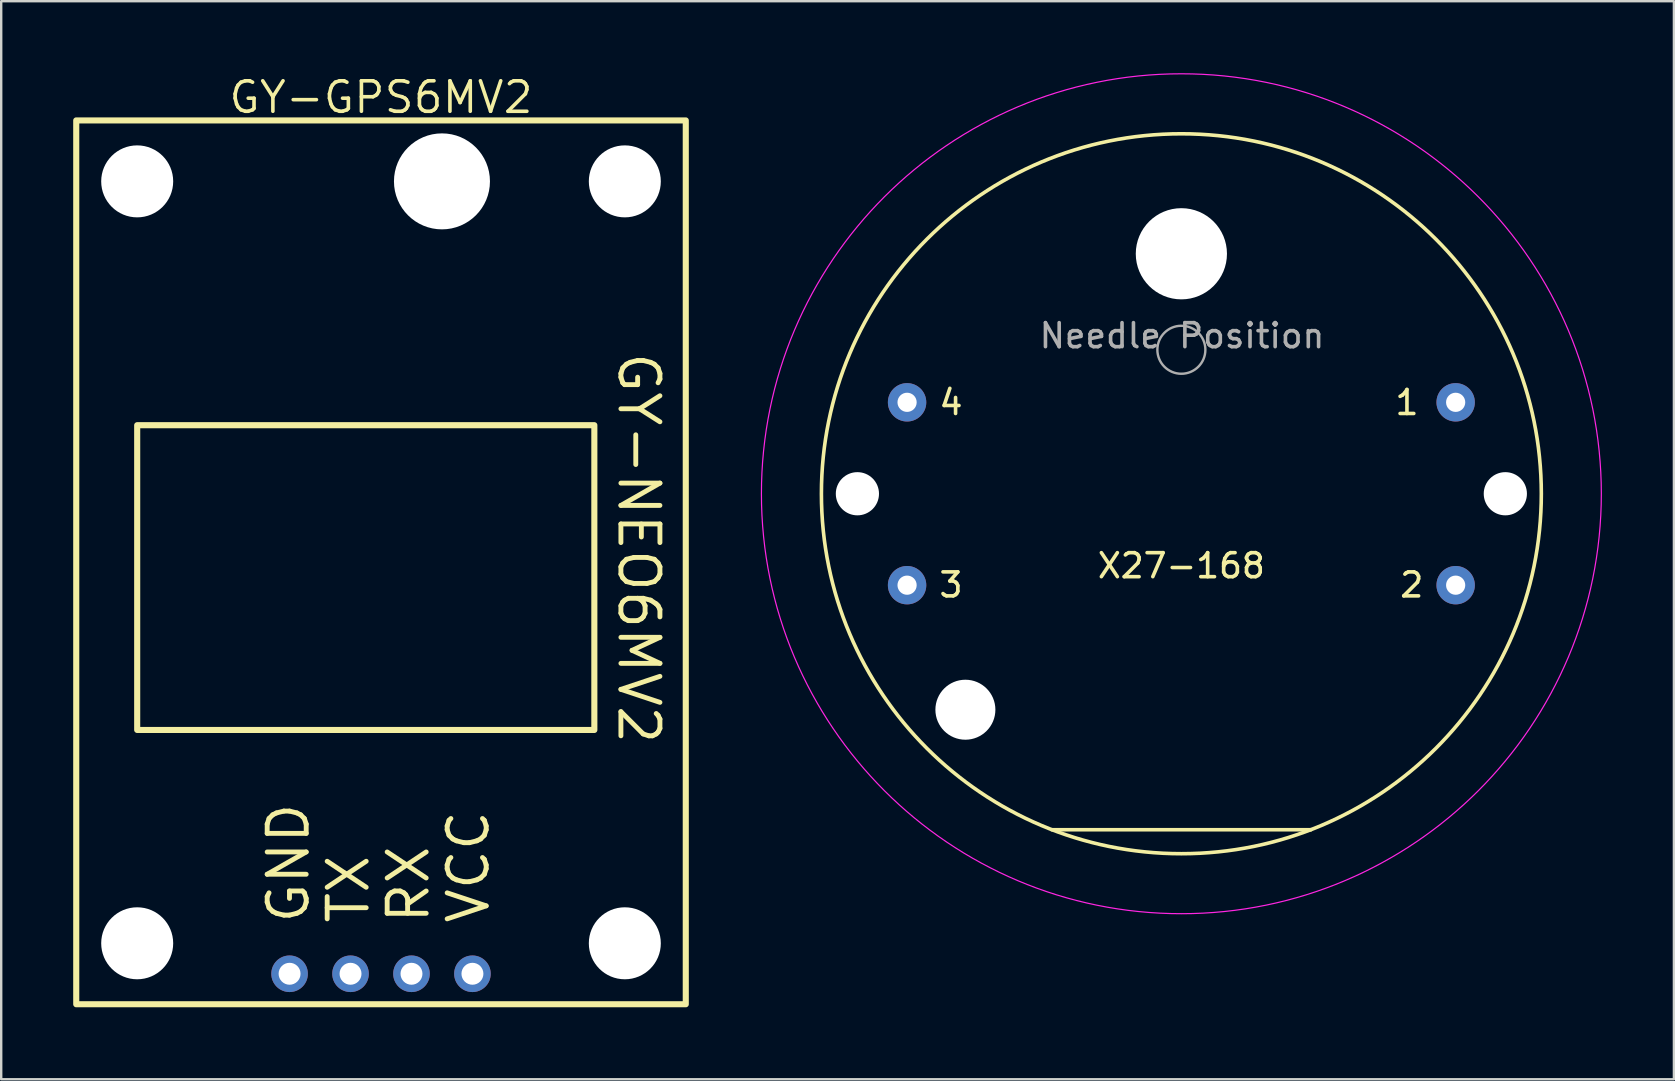
<source format=kicad_pcb>
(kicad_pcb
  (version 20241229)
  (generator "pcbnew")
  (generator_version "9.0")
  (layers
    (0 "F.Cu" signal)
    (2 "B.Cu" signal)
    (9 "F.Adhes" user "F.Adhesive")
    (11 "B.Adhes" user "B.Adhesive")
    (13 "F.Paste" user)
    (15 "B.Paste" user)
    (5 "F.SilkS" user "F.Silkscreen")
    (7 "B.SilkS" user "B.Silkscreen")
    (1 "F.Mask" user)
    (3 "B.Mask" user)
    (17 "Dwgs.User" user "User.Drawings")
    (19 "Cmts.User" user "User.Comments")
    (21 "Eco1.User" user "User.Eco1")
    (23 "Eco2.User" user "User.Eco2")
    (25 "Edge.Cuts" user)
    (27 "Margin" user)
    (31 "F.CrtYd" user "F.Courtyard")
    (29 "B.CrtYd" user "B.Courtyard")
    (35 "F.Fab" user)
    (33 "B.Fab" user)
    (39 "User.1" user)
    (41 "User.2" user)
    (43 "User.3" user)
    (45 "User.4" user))
  (footprint "GY-GPS6MV2"
    (layer "F.Cu")
    (at 9.017 37.528)
    (property "Reference" "GY-GPS6MV2" (at 3.81 -36.522 0) (layer "F.SilkS") (effects (font (size 1.27 1.27) (thickness 0.15))))
    (fp_rect (start -8.89 -35.56) (end 16.51 1.27) (stroke (width 0.254) (type default)) (fill no) (layer "F.SilkS"))
    (fp_rect (start -6.35 -22.86) (end 12.7 -10.16) (stroke (width 0.254) (type default)) (fill no) (layer "F.SilkS"))
    (fp_text user "VCC" (at 6.5 -2 90) (unlocked yes) (layer "F.SilkS") (effects (font (size 1.626 1.626) (thickness 0.203)) (justify left top)))
    (fp_text user "RX" (at 4 -2 90) (unlocked yes) (layer "F.SilkS") (effects (font (size 1.626 1.626) (thickness 0.203)) (justify left top)))
    (fp_text user "GND" (at -1 -2 90) (unlocked yes) (layer "F.SilkS") (effects (font (size 1.626 1.626) (thickness 0.203)) (justify left top)))
    (fp_text user "TX" (at 1.5 -2 90) (unlocked yes) (layer "F.SilkS") (effects (font (size 1.626 1.626) (thickness 0.203)) (justify left top)))
    (fp_text user "GY-NEO6MV2" (at 15.5 -26 270) (unlocked yes) (layer "F.SilkS") (effects (font (size 1.626 1.626) (thickness 0.203)) (justify left top)))
    (pad "" np_thru_hole circle (at -6.35 -33.02) (size 3 3) (drill 3) (layers "*.Cu" "*.Mask"))
    (pad "" np_thru_hole circle (at -6.35 -1.27) (size 3 3) (drill 3) (layers "*.Cu" "*.Mask"))
    (pad "" np_thru_hole circle (at 6.35 -33.02) (size 4 4) (drill 4) (layers "*.Cu" "*.Mask"))
    (pad "" np_thru_hole circle (at 13.97 -33.02) (size 3 3) (drill 3) (layers "*.Cu" "*.Mask"))
    (pad "" np_thru_hole circle (at 13.97 -1.27) (size 3 3) (drill 3) (layers "*.Cu" "*.Mask"))
    (pad "1" thru_hole oval (at 0 0) (size 1.524 1.524) (drill 0.914) (layers "*.Cu" "*.Mask"))
    (pad "2" thru_hole oval (at 2.54 0) (size 1.524 1.524) (drill 0.914) (layers "*.Cu" "*.Mask"))
    (pad "3" thru_hole oval (at 5.08 0) (size 1.524 1.524) (drill 0.914) (layers "*.Cu" "*.Mask"))
    (pad "4" thru_hole oval (at 7.62 0) (size 1.524 1.524) (drill 0.914) (layers "*.Cu" "*.Mask")))
  (footprint "X27-168"
    (layer "F.Cu")
    (at 46.179 17.525)
    (property "Reference" "X27-168" (at 0 3 0) (layer "F.SilkS") (effects (font (size 1 1) (thickness 0.15))))
    (attr through_hole)
    (fp_line (start -5.4 14) (end 5.4 14) (stroke (width 0.15) (type solid)) (layer "F.SilkS"))
    (fp_circle (center 0 0) (end 15 0) (stroke (width 0.15) (type solid)) (fill no) (layer "F.SilkS"))
    (fp_circle (center 0 0) (end 17.5 0) (stroke (width 0.05) (type solid)) (fill no) (layer "F.CrtYd"))
    (fp_circle (center 0 -6) (end 1 -6) (stroke (width 0.1) (type solid)) (fill no) (layer "F.Fab"))
    (fp_text user "4" (at -9.6 -3.8 0) (layer "F.SilkS") (effects (font (size 1 1) (thickness 0.15))))
    (fp_text user "1" (at 9.4 -3.8 0) (layer "F.SilkS") (effects (font (size 1 1) (thickness 0.15))))
    (fp_text user "3" (at -9.6 3.8 0) (layer "F.SilkS") (effects (font (size 1 1) (thickness 0.15))))
    (fp_text user "2" (at 9.6 3.8 0) (layer "F.SilkS") (effects (font (size 1 1) (thickness 0.15))))
    (fp_text user "Needle Position" (at -6 -6 0) (unlocked yes) (layer "F.Fab") (effects (font (size 1 1) (thickness 0.15)) (justify left bottom)))
    (pad "" np_thru_hole circle (at -13.5 0) (size 1.8 1.8) (drill 1.8) (layers "*.Cu" "*.Mask"))
    (pad "" np_thru_hole circle (at -9 9) (size 2.5 2.5) (drill 2.5) (layers "*.Cu" "*.Mask"))
    (pad "" np_thru_hole circle (at 0 -10) (size 3.8 3.8) (drill 3.8) (layers "*.Cu" "*.Mask"))
    (pad "" np_thru_hole circle (at 13.5 0) (size 1.8 1.8) (drill 1.8) (layers "*.Cu" "*.Mask"))
    (pad "1" thru_hole circle (at 11.43 -3.81) (size 1.6 1.6) (drill 0.8) (layers "*.Cu" "*.Mask"))
    (pad "2" thru_hole circle (at 11.43 3.81) (size 1.6 1.6) (drill 0.8) (layers "*.Cu" "*.Mask"))
    (pad "3" thru_hole circle (at -11.43 3.81) (size 1.6 1.6) (drill 0.8) (layers "*.Cu" "*.Mask"))
    (pad "4" thru_hole circle (at -11.43 -3.81) (size 1.6 1.6) (drill 0.8) (layers "*.Cu" "*.Mask")))
  (gr_rect
    (start -3 -3)
    (end 66.704 41.925)
    (stroke (width 0.1) (type default))
    (fill no)
    (layer "Edge.Cuts")))
</source>
